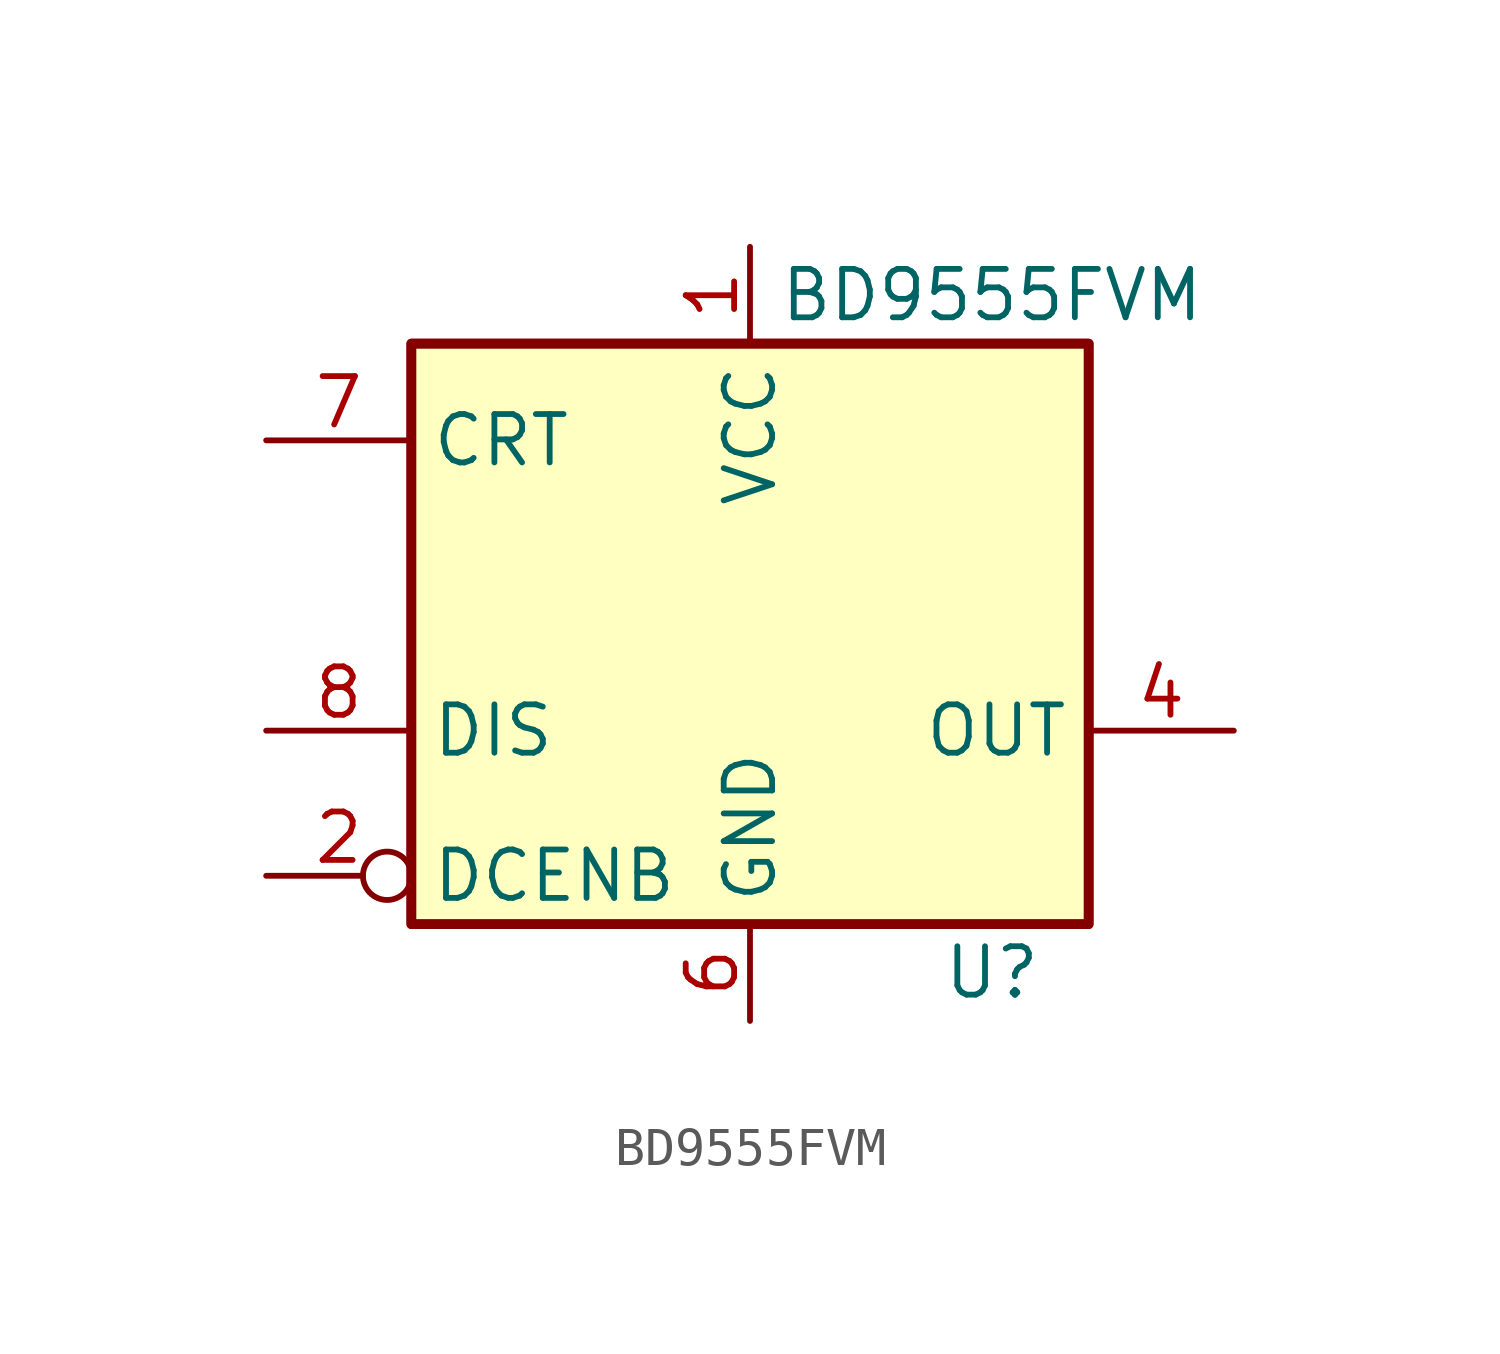
<source format=kicad_sym>
(kicad_symbol_lib
  (version 20211014)
  (generator kicad_symbol_editor)
  (symbol "BD9555FVM"
    (property "Reference" "U"
      (at 0 0 0)
      (effects (font (size 1.27 1.27))))
    (property "Value" "BD9555FVM"
      (at 0 17.78 0)
      (effects (font (size 1.27 1.27))))
    (symbol "BD9555FVM_0_0"
      (pin power_in line (at -6.35 19.05 270) (length 2.54) (name "VCC" (effects (font (size 1.27 1.27)))) (number "1" (effects (font (size 1.27 1.27)))))
      (pin power_in line (at -6.35 -1.27 90) (length 2.54) (name "GND" (effects (font (size 1.27 1.27)))) (number "6" (effects (font (size 1.27 1.27))))))
    (symbol "BD9555FVM_0_1"
      (rectangle (start -15.24 1.27) (end 2.54 16.51) (stroke (width 0.254) (type default) (color 0 0 0 0)) (fill (type background)))
      (rectangle (start -15.24 1.27) (end 2.54 16.51) (stroke (width 0.254) (type default) (color 0 0 0 0)) (fill (type background))))
    (symbol "BD9555FVM_1_1"
      (pin input inverted (at -19.05 2.54 0) (length 3.81) (name "DCENB" (effects (font (size 1.27 1.27)))) (number "2" (effects (font (size 1.27 1.27)))))
      (pin no_connect line (at 5.08 13.97 180) (length 2.54) hide (name "NC" (effects (font (size 1.27 1.27)))) (number "3" (effects (font (size 1.27 1.27)))))
      (pin output line (at 6.35 6.35 180) (length 3.81) (name "OUT" (effects (font (size 1.27 1.27)))) (number "4" (effects (font (size 1.27 1.27)))))
      (pin no_connect line (at 5.08 11.43 180) (length 2.54) hide (name "NC" (effects (font (size 1.27 1.27)))) (number "6" (effects (font (size 1.27 1.27)))))
      (pin input line (at -19.05 13.97 0) (length 3.81) (name "CRT" (effects (font (size 1.27 1.27)))) (number "7" (effects (font (size 1.27 1.27)))))
      (pin input line (at -19.05 6.35 0) (length 3.81) (name "DIS" (effects (font (size 1.27 1.27)))) (number "8" (effects (font (size 1.27 1.27))))))))
</source>
